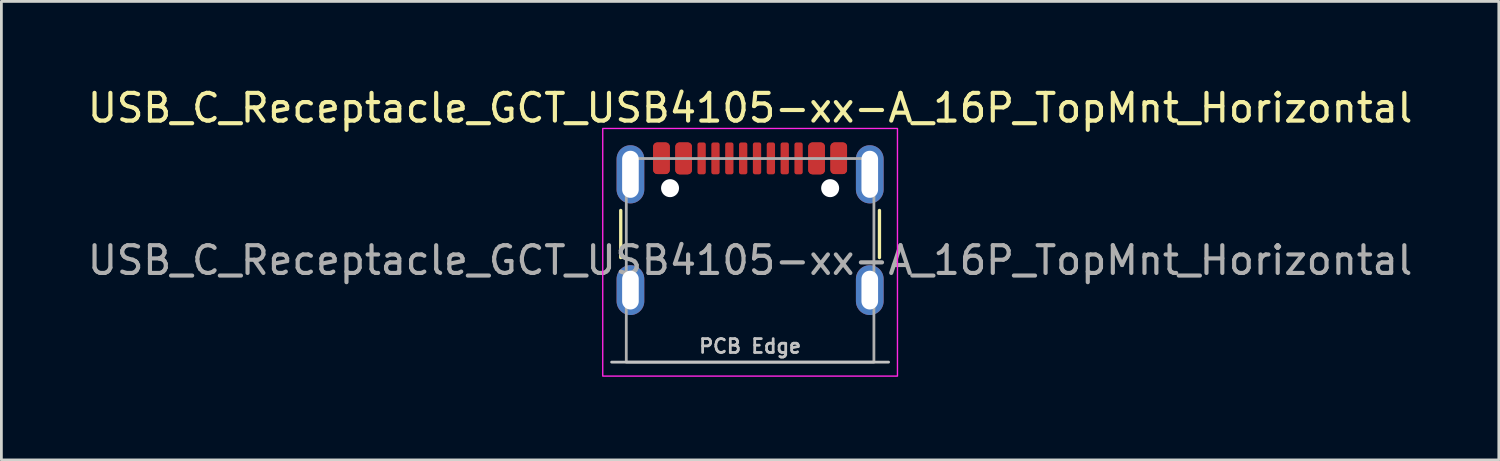
<source format=kicad_pcb>
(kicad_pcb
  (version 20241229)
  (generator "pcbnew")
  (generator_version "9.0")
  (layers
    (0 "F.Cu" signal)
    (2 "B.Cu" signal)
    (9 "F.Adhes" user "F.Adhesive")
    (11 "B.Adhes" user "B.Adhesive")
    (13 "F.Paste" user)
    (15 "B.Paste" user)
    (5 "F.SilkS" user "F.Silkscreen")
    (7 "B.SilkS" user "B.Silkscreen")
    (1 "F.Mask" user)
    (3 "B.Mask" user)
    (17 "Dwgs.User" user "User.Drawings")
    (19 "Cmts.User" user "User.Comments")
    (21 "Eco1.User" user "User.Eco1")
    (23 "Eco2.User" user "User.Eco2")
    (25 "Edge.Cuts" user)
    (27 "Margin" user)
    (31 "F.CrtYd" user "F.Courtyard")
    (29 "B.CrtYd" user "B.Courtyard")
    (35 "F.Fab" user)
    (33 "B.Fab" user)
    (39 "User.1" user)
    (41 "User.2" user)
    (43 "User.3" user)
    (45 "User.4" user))
  (footprint "USB_C_Receptacle_GCT_USB4105-xx-A_16P_TopMnt_Horizontal"
    (layer "F.Cu")
    (at 24.03 6.348)
    (property "Reference" "USB_C_Receptacle_GCT_USB4105-xx-A_16P_TopMnt_Horizontal" (at 0 -5.5 0) (unlocked yes) (layer "F.SilkS") (effects (font (size 1 1) (thickness 0.15))))
    (attr smd)
    (fp_line (start -4.67 -0.1) (end -4.67 -1.8) (stroke (width 0.12) (type solid)) (layer "F.SilkS"))
    (fp_line (start 4.67 -0.1) (end 4.67 -1.8) (stroke (width 0.12) (type solid)) (layer "F.SilkS"))
    (fp_line (start 5 3.675) (end -5 3.675) (stroke (width 0.1) (type solid)) (layer "Dwgs.User"))
    (fp_rect (start -5.32 -4.76) (end 5.32 4.18) (stroke (width 0.05) (type solid)) (fill no) (layer "F.CrtYd"))
    (fp_rect (start -4.47 -3.675) (end 4.47 3.675) (stroke (width 0.1) (type solid)) (fill no) (layer "F.Fab"))
    (fp_text user "PCB Edge" (at 0 3.1 0) (unlocked yes) (layer "Dwgs.User") (effects (font (size 0.5 0.5) (thickness 0.1))))
    (fp_text user "${REFERENCE}" (at 0 0 0) (unlocked yes) (layer "F.Fab") (effects (font (size 1 1) (thickness 0.15))))
    (pad "" np_thru_hole circle (at -2.89 -2.605) (size 0.65 0.65) (drill 0.65) (layers "*.Cu" "*.Mask"))
    (pad "" np_thru_hole circle (at 2.89 -2.605) (size 0.65 0.65) (drill 0.65) (layers "*.Cu" "*.Mask"))
    (pad "A1" smd roundrect (at -3.2 -3.685) (size 0.6 1.14) (layers "F.Cu" "F.Mask" "F.Paste") (roundrect_rratio 0.25))
    (pad "A4" smd roundrect (at -2.4 -3.68) (size 0.6 1.15) (layers "F.Cu" "F.Mask" "F.Paste") (roundrect_rratio 0.25))
    (pad "A5" smd roundrect (at -1.25 -3.68) (size 0.3 1.15) (layers "F.Cu" "F.Mask" "F.Paste") (roundrect_rratio 0.25))
    (pad "A6" smd roundrect (at -0.25 -3.68) (size 0.3 1.15) (layers "F.Cu" "F.Mask" "F.Paste") (roundrect_rratio 0.25))
    (pad "A7" smd roundrect (at 0.25 -3.68) (size 0.3 1.15) (layers "F.Cu" "F.Mask" "F.Paste") (roundrect_rratio 0.25))
    (pad "A8" smd roundrect (at 1.25 -3.68) (size 0.3 1.15) (layers "F.Cu" "F.Mask" "F.Paste") (roundrect_rratio 0.25))
    (pad "A9" smd roundrect (at 2.4 -3.68) (size 0.6 1.15) (layers "F.Cu" "F.Mask" "F.Paste") (roundrect_rratio 0.25))
    (pad "A12" smd roundrect (at 3.2 -3.685) (size 0.6 1.14) (layers "F.Cu" "F.Mask" "F.Paste") (roundrect_rratio 0.25))
    (pad "B1" smd roundrect (at 3.2 -3.685) (size 0.6 1.14) (layers "F.Cu" "F.Mask" "F.Paste") (roundrect_rratio 0.25))
    (pad "B4" smd roundrect (at 2.4 -3.68) (size 0.6 1.15) (layers "F.Cu" "F.Mask" "F.Paste") (roundrect_rratio 0.25))
    (pad "B5" smd roundrect (at 1.75 -3.68) (size 0.3 1.15) (layers "F.Cu" "F.Mask" "F.Paste") (roundrect_rratio 0.25))
    (pad "B6" smd roundrect (at 0.75 -3.68) (size 0.3 1.15) (layers "F.Cu" "F.Mask" "F.Paste") (roundrect_rratio 0.25))
    (pad "B7" smd roundrect (at -0.75 -3.68) (size 0.3 1.15) (layers "F.Cu" "F.Mask" "F.Paste") (roundrect_rratio 0.25))
    (pad "B8" smd roundrect (at -1.75 -3.68) (size 0.3 1.15) (layers "F.Cu" "F.Mask" "F.Paste") (roundrect_rratio 0.25))
    (pad "B9" smd roundrect (at -2.4 -3.68) (size 0.6 1.15) (layers "F.Cu" "F.Mask" "F.Paste") (roundrect_rratio 0.25))
    (pad "B12" smd roundrect (at -3.2 -3.685) (size 0.6 1.14) (layers "F.Cu" "F.Mask" "F.Paste") (roundrect_rratio 0.25))
    (pad "S1" thru_hole oval (at -4.32 -3.105) (size 1 2.1) (drill oval 0.6 1.7) (property pad_prop_heatsink) (layers "*.Cu" "*.Mask" "F.Paste"))
    (pad "S1" thru_hole oval (at -4.32 1.075) (size 1 1.8) (drill oval 0.6 1.4) (property pad_prop_heatsink) (layers "*.Cu" "*.Mask" "F.Paste"))
    (pad "S1" thru_hole oval (at 4.32 -3.105) (size 1 2.1) (drill oval 0.6 1.7) (property pad_prop_heatsink) (layers "*.Cu" "*.Mask" "F.Paste"))
    (pad "S1" thru_hole oval (at 4.32 1.075) (size 1 1.8) (drill oval 0.6 1.4) (property pad_prop_heatsink) (layers "*.Cu" "*.Mask" "F.Paste")))
  (gr_rect
    (start -3 -3)
    (end 51.06 13.553)
    (stroke (width 0.1) (type default))
    (fill no)
    (layer "Edge.Cuts")))
</source>
